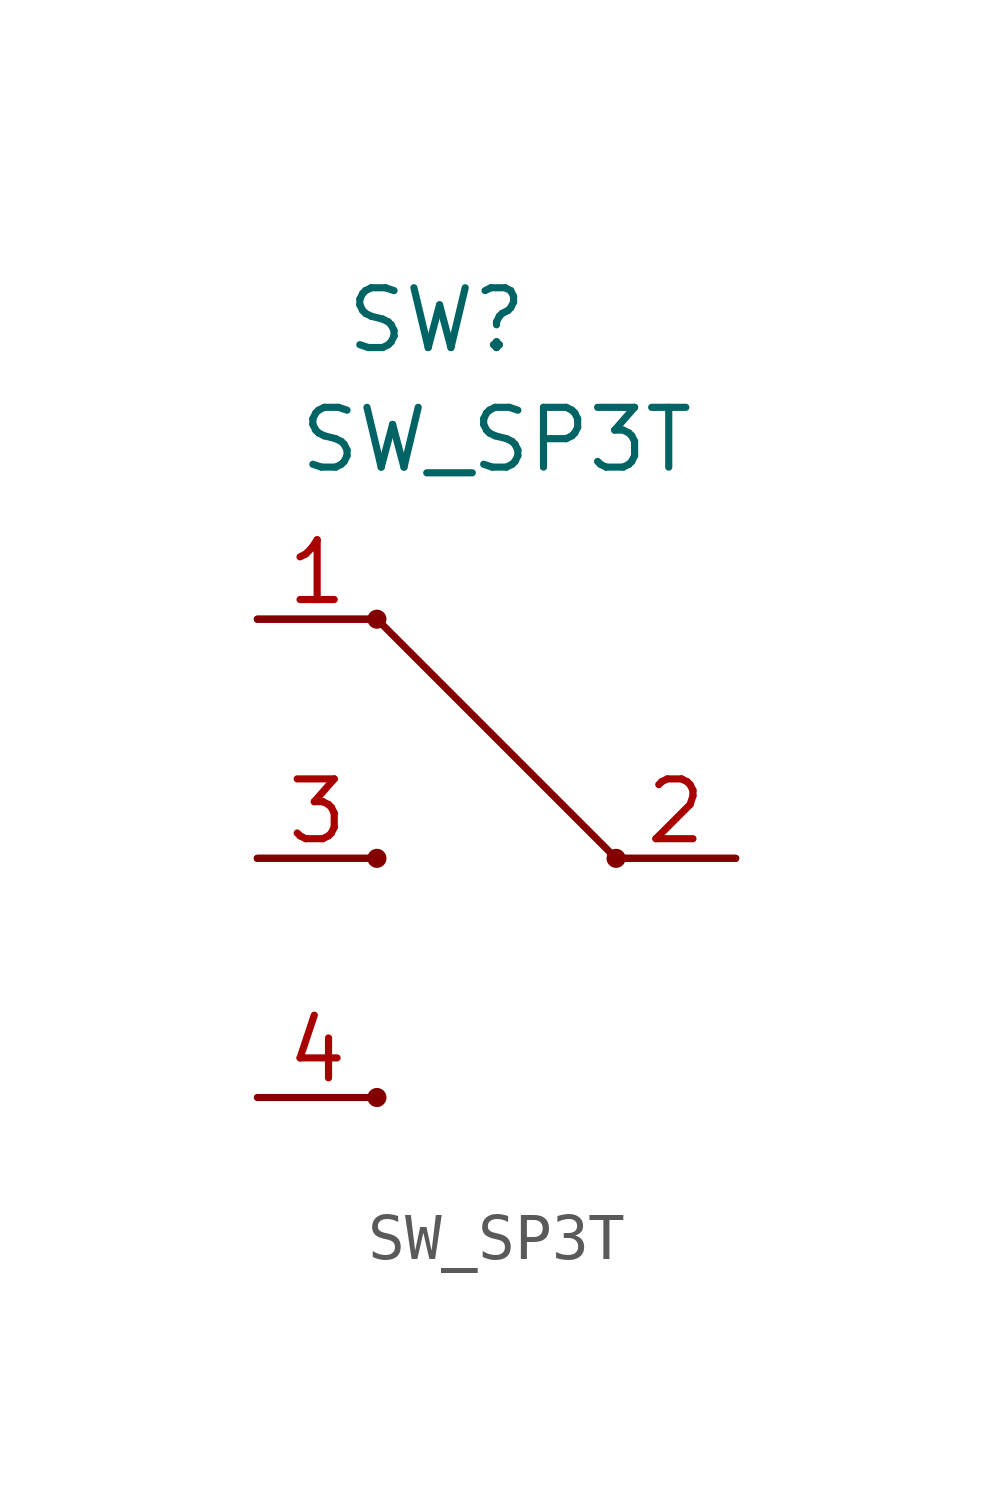
<source format=kicad_sym>
(kicad_symbol_lib
  (version 20211014)
  (generator kicad_symbol_editor)
  (symbol "SW_SP3T"
    (pin_names
      (offset 1.016) hide)
    (property "Reference" "SW"
      (at -1.27 11.43 0)
      (effects (font (size 1.27 1.27))))
    (property "Value" "SW_SP3T"
      (at 0 8.89 0)
      (effects (font (size 1.27 1.27))))
    (symbol "SW_SP3T_0_1"
      (circle (center -2.54 -5.08) (radius 0.127) (stroke (width 0) (type default) (color 0 0 0 0)) (fill (type outline)))
      (circle (center -2.54 0) (radius 0.127) (stroke (width 0) (type default) (color 0 0 0 0)) (fill (type outline)))
      (circle (center -2.54 5.08) (radius 0.127) (stroke (width 0) (type default) (color 0 0 0 0)) (fill (type outline)))
      (polyline (pts (xy -2.54 0) (xy -5.08 0)) (stroke (width 0) (type default) (color 0 0 0 0)) (fill (type none)))
      (polyline (pts (xy -2.54 5.08) (xy -5.08 5.08)) (stroke (width 0) (type default) (color 0 0 0 0)) (fill (type none)))
      (polyline (pts (xy 2.54 0) (xy -2.54 5.08)) (stroke (width 0) (type default) (color 0 0 0 0)) (fill (type none)))
      (polyline (pts (xy 2.54 0) (xy 5.08 0)) (stroke (width 0) (type default) (color 0 0 0 0)) (fill (type none)))
      (circle (center 2.54 0) (radius 0.127) (stroke (width 0) (type default) (color 0 0 0 0)) (fill (type outline))))
    (symbol "SW_SP3T_1_1"
      (pin passive line (at -5.08 5.08 0) (length 2.54) (name "Q1" (effects (font (size 1.27 1.27)))) (number "1" (effects (font (size 1.27 1.27)))))
      (pin passive line (at 5.08 0 180) (length 2.54) (name "O1" (effects (font (size 1.27 1.27)))) (number "2" (effects (font (size 1.27 1.27)))))
      (pin passive line (at -5.08 0 0) (length 2.54) (name "Q2" (effects (font (size 1.27 1.27)))) (number "3" (effects (font (size 1.27 1.27)))))
      (pin passive line (at -5.08 -5.08 0) (length 2.54) (name "4" (effects (font (size 1.27 1.27)))) (number "4" (effects (font (size 1.27 1.27))))))))
</source>
